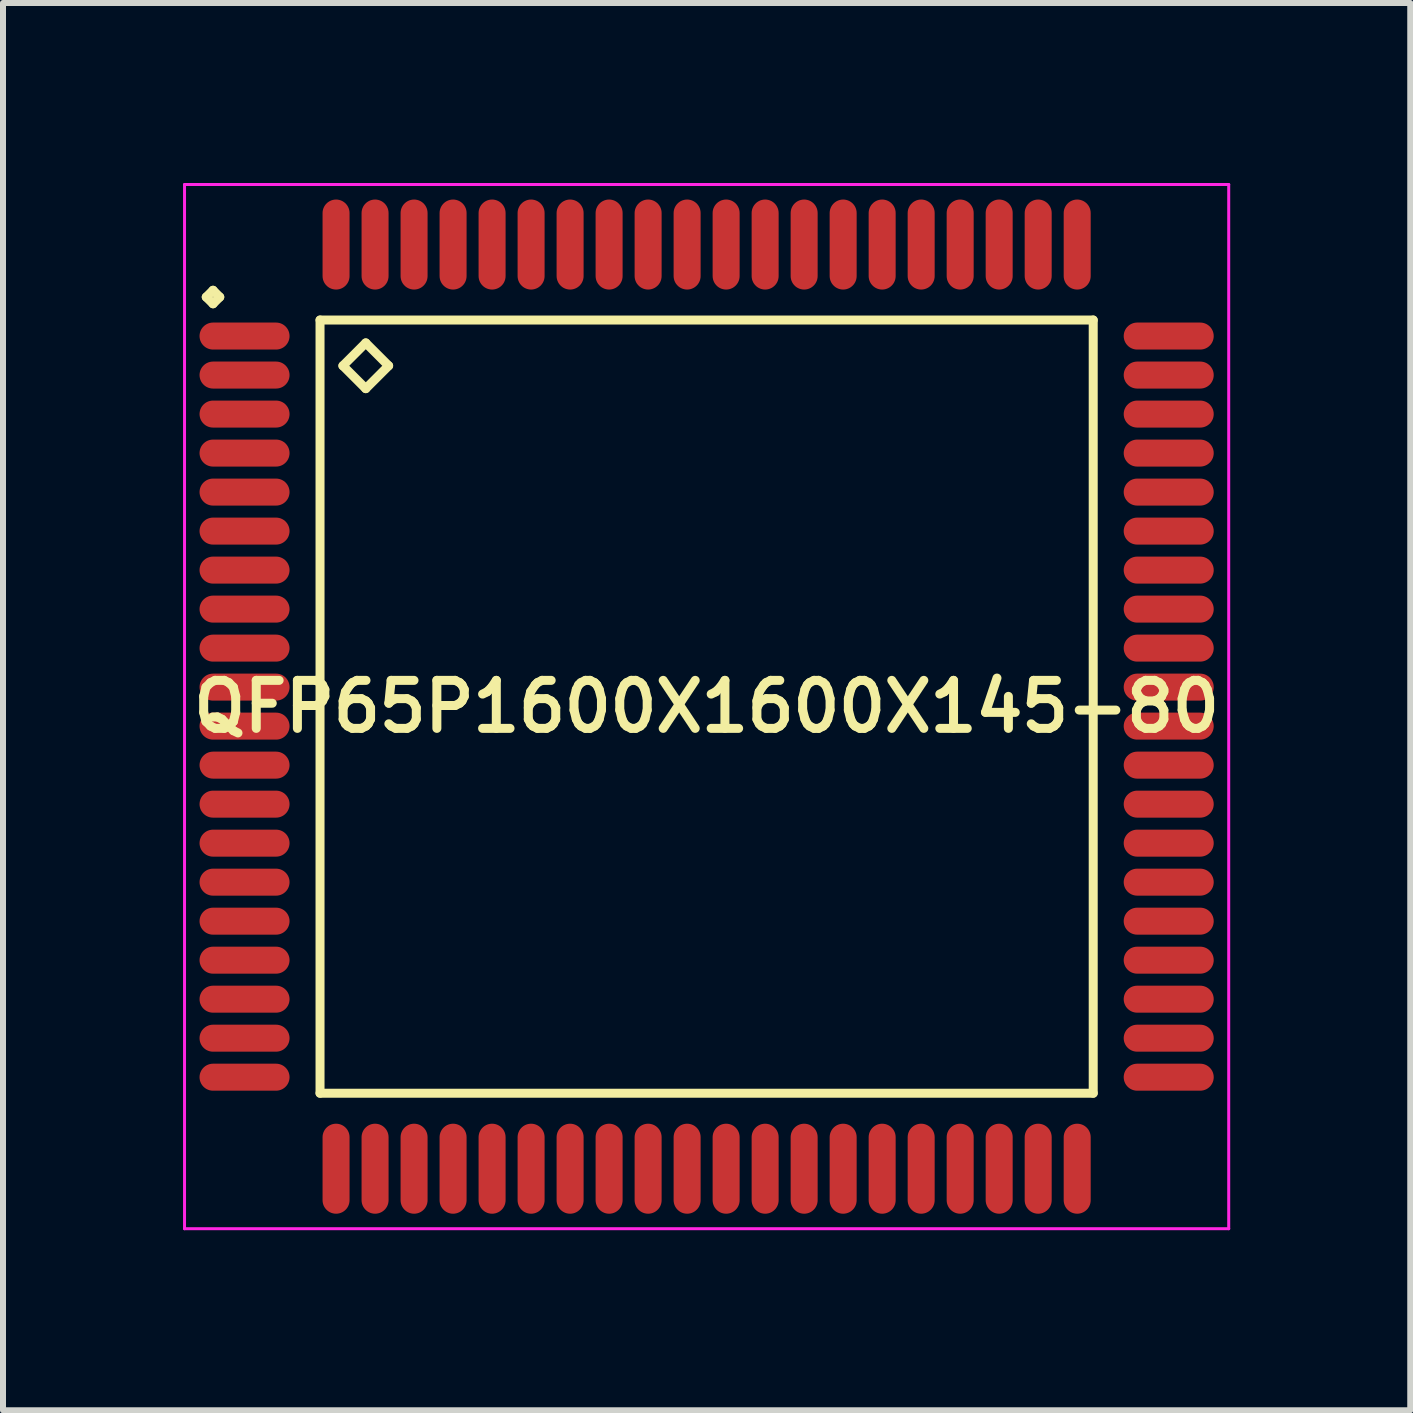
<source format=kicad_pcb>
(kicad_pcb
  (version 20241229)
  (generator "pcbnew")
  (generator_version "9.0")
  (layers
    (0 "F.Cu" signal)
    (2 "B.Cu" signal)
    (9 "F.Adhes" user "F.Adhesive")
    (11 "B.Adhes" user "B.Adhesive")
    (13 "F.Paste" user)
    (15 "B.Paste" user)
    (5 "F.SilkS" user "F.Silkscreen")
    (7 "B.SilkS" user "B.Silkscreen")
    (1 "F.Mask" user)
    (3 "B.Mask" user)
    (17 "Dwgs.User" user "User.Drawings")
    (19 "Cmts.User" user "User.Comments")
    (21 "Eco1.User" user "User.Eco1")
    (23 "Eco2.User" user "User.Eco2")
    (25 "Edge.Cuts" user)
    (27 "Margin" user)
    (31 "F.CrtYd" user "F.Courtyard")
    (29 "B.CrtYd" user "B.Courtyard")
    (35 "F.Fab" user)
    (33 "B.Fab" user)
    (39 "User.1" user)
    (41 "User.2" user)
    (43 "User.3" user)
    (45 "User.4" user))
  (footprint "QFP65P1600X1600X145-80"
    (layer "F.Cu")
    (at 8.725 8.725)
    (property "Reference" "QFP65P1600X1600X145-80" (at 0 0 0) (layer "F.SilkS") (effects (font (size 0.8 0.8) (thickness 0.15))))
    (attr smd)
    (fp_line (start -8.338 -6.825) (end -8.225 -6.938) (stroke (width 0.15) (type solid)) (layer "F.SilkS"))
    (fp_line (start -8.225 -6.938) (end -8.113 -6.825) (stroke (width 0.15) (type solid)) (layer "F.SilkS"))
    (fp_line (start -8.225 -6.713) (end -8.338 -6.825) (stroke (width 0.15) (type solid)) (layer "F.SilkS"))
    (fp_line (start -8.113 -6.825) (end -8.225 -6.713) (stroke (width 0.15) (type solid)) (layer "F.SilkS"))
    (fp_line (start -6.442 -6.442) (end -6.442 6.442) (stroke (width 0.15) (type solid)) (layer "F.SilkS"))
    (fp_line (start -6.442 6.442) (end 6.442 6.442) (stroke (width 0.15) (type solid)) (layer "F.SilkS"))
    (fp_line (start -6.061 -5.68) (end -5.68 -6.061) (stroke (width 0.15) (type solid)) (layer "F.SilkS"))
    (fp_line (start -5.68 -6.061) (end -5.299 -5.68) (stroke (width 0.15) (type solid)) (layer "F.SilkS"))
    (fp_line (start -5.68 -5.299) (end -6.061 -5.68) (stroke (width 0.15) (type solid)) (layer "F.SilkS"))
    (fp_line (start -5.299 -5.68) (end -5.68 -5.299) (stroke (width 0.15) (type solid)) (layer "F.SilkS"))
    (fp_line (start 6.442 -6.442) (end -6.442 -6.442) (stroke (width 0.15) (type solid)) (layer "F.SilkS"))
    (fp_line (start 6.442 6.442) (end 6.442 -6.442) (stroke (width 0.15) (type solid)) (layer "F.SilkS"))
    (fp_line (start -8.7 -8.7) (end 8.7 -8.7) (stroke (width 0.05) (type solid)) (layer "F.CrtYd"))
    (fp_line (start -8.7 8.7) (end -8.7 -8.7) (stroke (width 0.05) (type solid)) (layer "F.CrtYd"))
    (fp_line (start 8.7 -8.7) (end 8.7 8.7) (stroke (width 0.05) (type solid)) (layer "F.CrtYd"))
    (fp_line (start 8.7 8.7) (end -8.7 8.7) (stroke (width 0.05) (type solid)) (layer "F.CrtYd"))
    (pad "1" smd oval (at -7.7 -6.175) (size 1.5 0.45) (layers "F.Cu" "F.Mask" "F.Paste"))
    (pad "2" smd oval (at -7.7 -5.525) (size 1.5 0.45) (layers "F.Cu" "F.Mask" "F.Paste"))
    (pad "3" smd oval (at -7.7 -4.875) (size 1.5 0.45) (layers "F.Cu" "F.Mask" "F.Paste"))
    (pad "4" smd oval (at -7.7 -4.225) (size 1.5 0.45) (layers "F.Cu" "F.Mask" "F.Paste"))
    (pad "5" smd oval (at -7.7 -3.575) (size 1.5 0.45) (layers "F.Cu" "F.Mask" "F.Paste"))
    (pad "6" smd oval (at -7.7 -2.925) (size 1.5 0.45) (layers "F.Cu" "F.Mask" "F.Paste"))
    (pad "7" smd oval (at -7.7 -2.275) (size 1.5 0.45) (layers "F.Cu" "F.Mask" "F.Paste"))
    (pad "8" smd oval (at -7.7 -1.625) (size 1.5 0.45) (layers "F.Cu" "F.Mask" "F.Paste"))
    (pad "9" smd oval (at -7.7 -0.975) (size 1.5 0.45) (layers "F.Cu" "F.Mask" "F.Paste"))
    (pad "10" smd oval (at -7.7 -0.325) (size 1.5 0.45) (layers "F.Cu" "F.Mask" "F.Paste"))
    (pad "11" smd oval (at -7.7 0.325) (size 1.5 0.45) (layers "F.Cu" "F.Mask" "F.Paste"))
    (pad "12" smd oval (at -7.7 0.975) (size 1.5 0.45) (layers "F.Cu" "F.Mask" "F.Paste"))
    (pad "13" smd oval (at -7.7 1.625) (size 1.5 0.45) (layers "F.Cu" "F.Mask" "F.Paste"))
    (pad "14" smd oval (at -7.7 2.275) (size 1.5 0.45) (layers "F.Cu" "F.Mask" "F.Paste"))
    (pad "15" smd oval (at -7.7 2.925) (size 1.5 0.45) (layers "F.Cu" "F.Mask" "F.Paste"))
    (pad "16" smd oval (at -7.7 3.575) (size 1.5 0.45) (layers "F.Cu" "F.Mask" "F.Paste"))
    (pad "17" smd oval (at -7.7 4.225) (size 1.5 0.45) (layers "F.Cu" "F.Mask" "F.Paste"))
    (pad "18" smd oval (at -7.7 4.875) (size 1.5 0.45) (layers "F.Cu" "F.Mask" "F.Paste"))
    (pad "19" smd oval (at -7.7 5.525) (size 1.5 0.45) (layers "F.Cu" "F.Mask" "F.Paste"))
    (pad "20" smd oval (at -7.7 6.175) (size 1.5 0.45) (layers "F.Cu" "F.Mask" "F.Paste"))
    (pad "21" smd oval (at -6.175 7.7) (size 0.45 1.5) (layers "F.Cu" "F.Mask" "F.Paste"))
    (pad "22" smd oval (at -5.525 7.7) (size 0.45 1.5) (layers "F.Cu" "F.Mask" "F.Paste"))
    (pad "23" smd oval (at -4.875 7.7) (size 0.45 1.5) (layers "F.Cu" "F.Mask" "F.Paste"))
    (pad "24" smd oval (at -4.225 7.7) (size 0.45 1.5) (layers "F.Cu" "F.Mask" "F.Paste"))
    (pad "25" smd oval (at -3.575 7.7) (size 0.45 1.5) (layers "F.Cu" "F.Mask" "F.Paste"))
    (pad "26" smd oval (at -2.925 7.7) (size 0.45 1.5) (layers "F.Cu" "F.Mask" "F.Paste"))
    (pad "27" smd oval (at -2.275 7.7) (size 0.45 1.5) (layers "F.Cu" "F.Mask" "F.Paste"))
    (pad "28" smd oval (at -1.625 7.7) (size 0.45 1.5) (layers "F.Cu" "F.Mask" "F.Paste"))
    (pad "29" smd oval (at -0.975 7.7) (size 0.45 1.5) (layers "F.Cu" "F.Mask" "F.Paste"))
    (pad "30" smd oval (at -0.325 7.7) (size 0.45 1.5) (layers "F.Cu" "F.Mask" "F.Paste"))
    (pad "31" smd oval (at 0.325 7.7) (size 0.45 1.5) (layers "F.Cu" "F.Mask" "F.Paste"))
    (pad "32" smd oval (at 0.975 7.7) (size 0.45 1.5) (layers "F.Cu" "F.Mask" "F.Paste"))
    (pad "33" smd oval (at 1.625 7.7) (size 0.45 1.5) (layers "F.Cu" "F.Mask" "F.Paste"))
    (pad "34" smd oval (at 2.275 7.7) (size 0.45 1.5) (layers "F.Cu" "F.Mask" "F.Paste"))
    (pad "35" smd oval (at 2.925 7.7) (size 0.45 1.5) (layers "F.Cu" "F.Mask" "F.Paste"))
    (pad "36" smd oval (at 3.575 7.7) (size 0.45 1.5) (layers "F.Cu" "F.Mask" "F.Paste"))
    (pad "37" smd oval (at 4.225 7.7) (size 0.45 1.5) (layers "F.Cu" "F.Mask" "F.Paste"))
    (pad "38" smd oval (at 4.875 7.7) (size 0.45 1.5) (layers "F.Cu" "F.Mask" "F.Paste"))
    (pad "39" smd oval (at 5.525 7.7) (size 0.45 1.5) (layers "F.Cu" "F.Mask" "F.Paste"))
    (pad "40" smd oval (at 6.175 7.7) (size 0.45 1.5) (layers "F.Cu" "F.Mask" "F.Paste"))
    (pad "41" smd oval (at 7.7 6.175) (size 1.5 0.45) (layers "F.Cu" "F.Mask" "F.Paste"))
    (pad "42" smd oval (at 7.7 5.525) (size 1.5 0.45) (layers "F.Cu" "F.Mask" "F.Paste"))
    (pad "43" smd oval (at 7.7 4.875) (size 1.5 0.45) (layers "F.Cu" "F.Mask" "F.Paste"))
    (pad "44" smd oval (at 7.7 4.225) (size 1.5 0.45) (layers "F.Cu" "F.Mask" "F.Paste"))
    (pad "45" smd oval (at 7.7 3.575) (size 1.5 0.45) (layers "F.Cu" "F.Mask" "F.Paste"))
    (pad "46" smd oval (at 7.7 2.925) (size 1.5 0.45) (layers "F.Cu" "F.Mask" "F.Paste"))
    (pad "47" smd oval (at 7.7 2.275) (size 1.5 0.45) (layers "F.Cu" "F.Mask" "F.Paste"))
    (pad "48" smd oval (at 7.7 1.625) (size 1.5 0.45) (layers "F.Cu" "F.Mask" "F.Paste"))
    (pad "49" smd oval (at 7.7 0.975) (size 1.5 0.45) (layers "F.Cu" "F.Mask" "F.Paste"))
    (pad "50" smd oval (at 7.7 0.325) (size 1.5 0.45) (layers "F.Cu" "F.Mask" "F.Paste"))
    (pad "51" smd oval (at 7.7 -0.325) (size 1.5 0.45) (layers "F.Cu" "F.Mask" "F.Paste"))
    (pad "52" smd oval (at 7.7 -0.975) (size 1.5 0.45) (layers "F.Cu" "F.Mask" "F.Paste"))
    (pad "53" smd oval (at 7.7 -1.625) (size 1.5 0.45) (layers "F.Cu" "F.Mask" "F.Paste"))
    (pad "54" smd oval (at 7.7 -2.275) (size 1.5 0.45) (layers "F.Cu" "F.Mask" "F.Paste"))
    (pad "55" smd oval (at 7.7 -2.925) (size 1.5 0.45) (layers "F.Cu" "F.Mask" "F.Paste"))
    (pad "56" smd oval (at 7.7 -3.575) (size 1.5 0.45) (layers "F.Cu" "F.Mask" "F.Paste"))
    (pad "57" smd oval (at 7.7 -4.225) (size 1.5 0.45) (layers "F.Cu" "F.Mask" "F.Paste"))
    (pad "58" smd oval (at 7.7 -4.875) (size 1.5 0.45) (layers "F.Cu" "F.Mask" "F.Paste"))
    (pad "59" smd oval (at 7.7 -5.525) (size 1.5 0.45) (layers "F.Cu" "F.Mask" "F.Paste"))
    (pad "60" smd oval (at 7.7 -6.175) (size 1.5 0.45) (layers "F.Cu" "F.Mask" "F.Paste"))
    (pad "61" smd oval (at 6.175 -7.7) (size 0.45 1.5) (layers "F.Cu" "F.Mask" "F.Paste"))
    (pad "62" smd oval (at 5.525 -7.7) (size 0.45 1.5) (layers "F.Cu" "F.Mask" "F.Paste"))
    (pad "63" smd oval (at 4.875 -7.7) (size 0.45 1.5) (layers "F.Cu" "F.Mask" "F.Paste"))
    (pad "64" smd oval (at 4.225 -7.7) (size 0.45 1.5) (layers "F.Cu" "F.Mask" "F.Paste"))
    (pad "65" smd oval (at 3.575 -7.7) (size 0.45 1.5) (layers "F.Cu" "F.Mask" "F.Paste"))
    (pad "66" smd oval (at 2.925 -7.7) (size 0.45 1.5) (layers "F.Cu" "F.Mask" "F.Paste"))
    (pad "67" smd oval (at 2.275 -7.7) (size 0.45 1.5) (layers "F.Cu" "F.Mask" "F.Paste"))
    (pad "68" smd oval (at 1.625 -7.7) (size 0.45 1.5) (layers "F.Cu" "F.Mask" "F.Paste"))
    (pad "69" smd oval (at 0.975 -7.7) (size 0.45 1.5) (layers "F.Cu" "F.Mask" "F.Paste"))
    (pad "70" smd oval (at 0.325 -7.7) (size 0.45 1.5) (layers "F.Cu" "F.Mask" "F.Paste"))
    (pad "71" smd oval (at -0.325 -7.7) (size 0.45 1.5) (layers "F.Cu" "F.Mask" "F.Paste"))
    (pad "72" smd oval (at -0.975 -7.7) (size 0.45 1.5) (layers "F.Cu" "F.Mask" "F.Paste"))
    (pad "73" smd oval (at -1.625 -7.7) (size 0.45 1.5) (layers "F.Cu" "F.Mask" "F.Paste"))
    (pad "74" smd oval (at -2.275 -7.7) (size 0.45 1.5) (layers "F.Cu" "F.Mask" "F.Paste"))
    (pad "75" smd oval (at -2.925 -7.7) (size 0.45 1.5) (layers "F.Cu" "F.Mask" "F.Paste"))
    (pad "76" smd oval (at -3.575 -7.7) (size 0.45 1.5) (layers "F.Cu" "F.Mask" "F.Paste"))
    (pad "77" smd oval (at -4.225 -7.7) (size 0.45 1.5) (layers "F.Cu" "F.Mask" "F.Paste"))
    (pad "78" smd oval (at -4.875 -7.7) (size 0.45 1.5) (layers "F.Cu" "F.Mask" "F.Paste"))
    (pad "79" smd oval (at -5.525 -7.7) (size 0.45 1.5) (layers "F.Cu" "F.Mask" "F.Paste"))
    (pad "80" smd oval (at -6.175 -7.7) (size 0.45 1.5) (layers "F.Cu" "F.Mask" "F.Paste")))
  (gr_rect
    (start -3 -3)
    (end 20.45 20.45)
    (stroke (width 0.1) (type default))
    (fill no)
    (layer "Edge.Cuts")))
</source>
